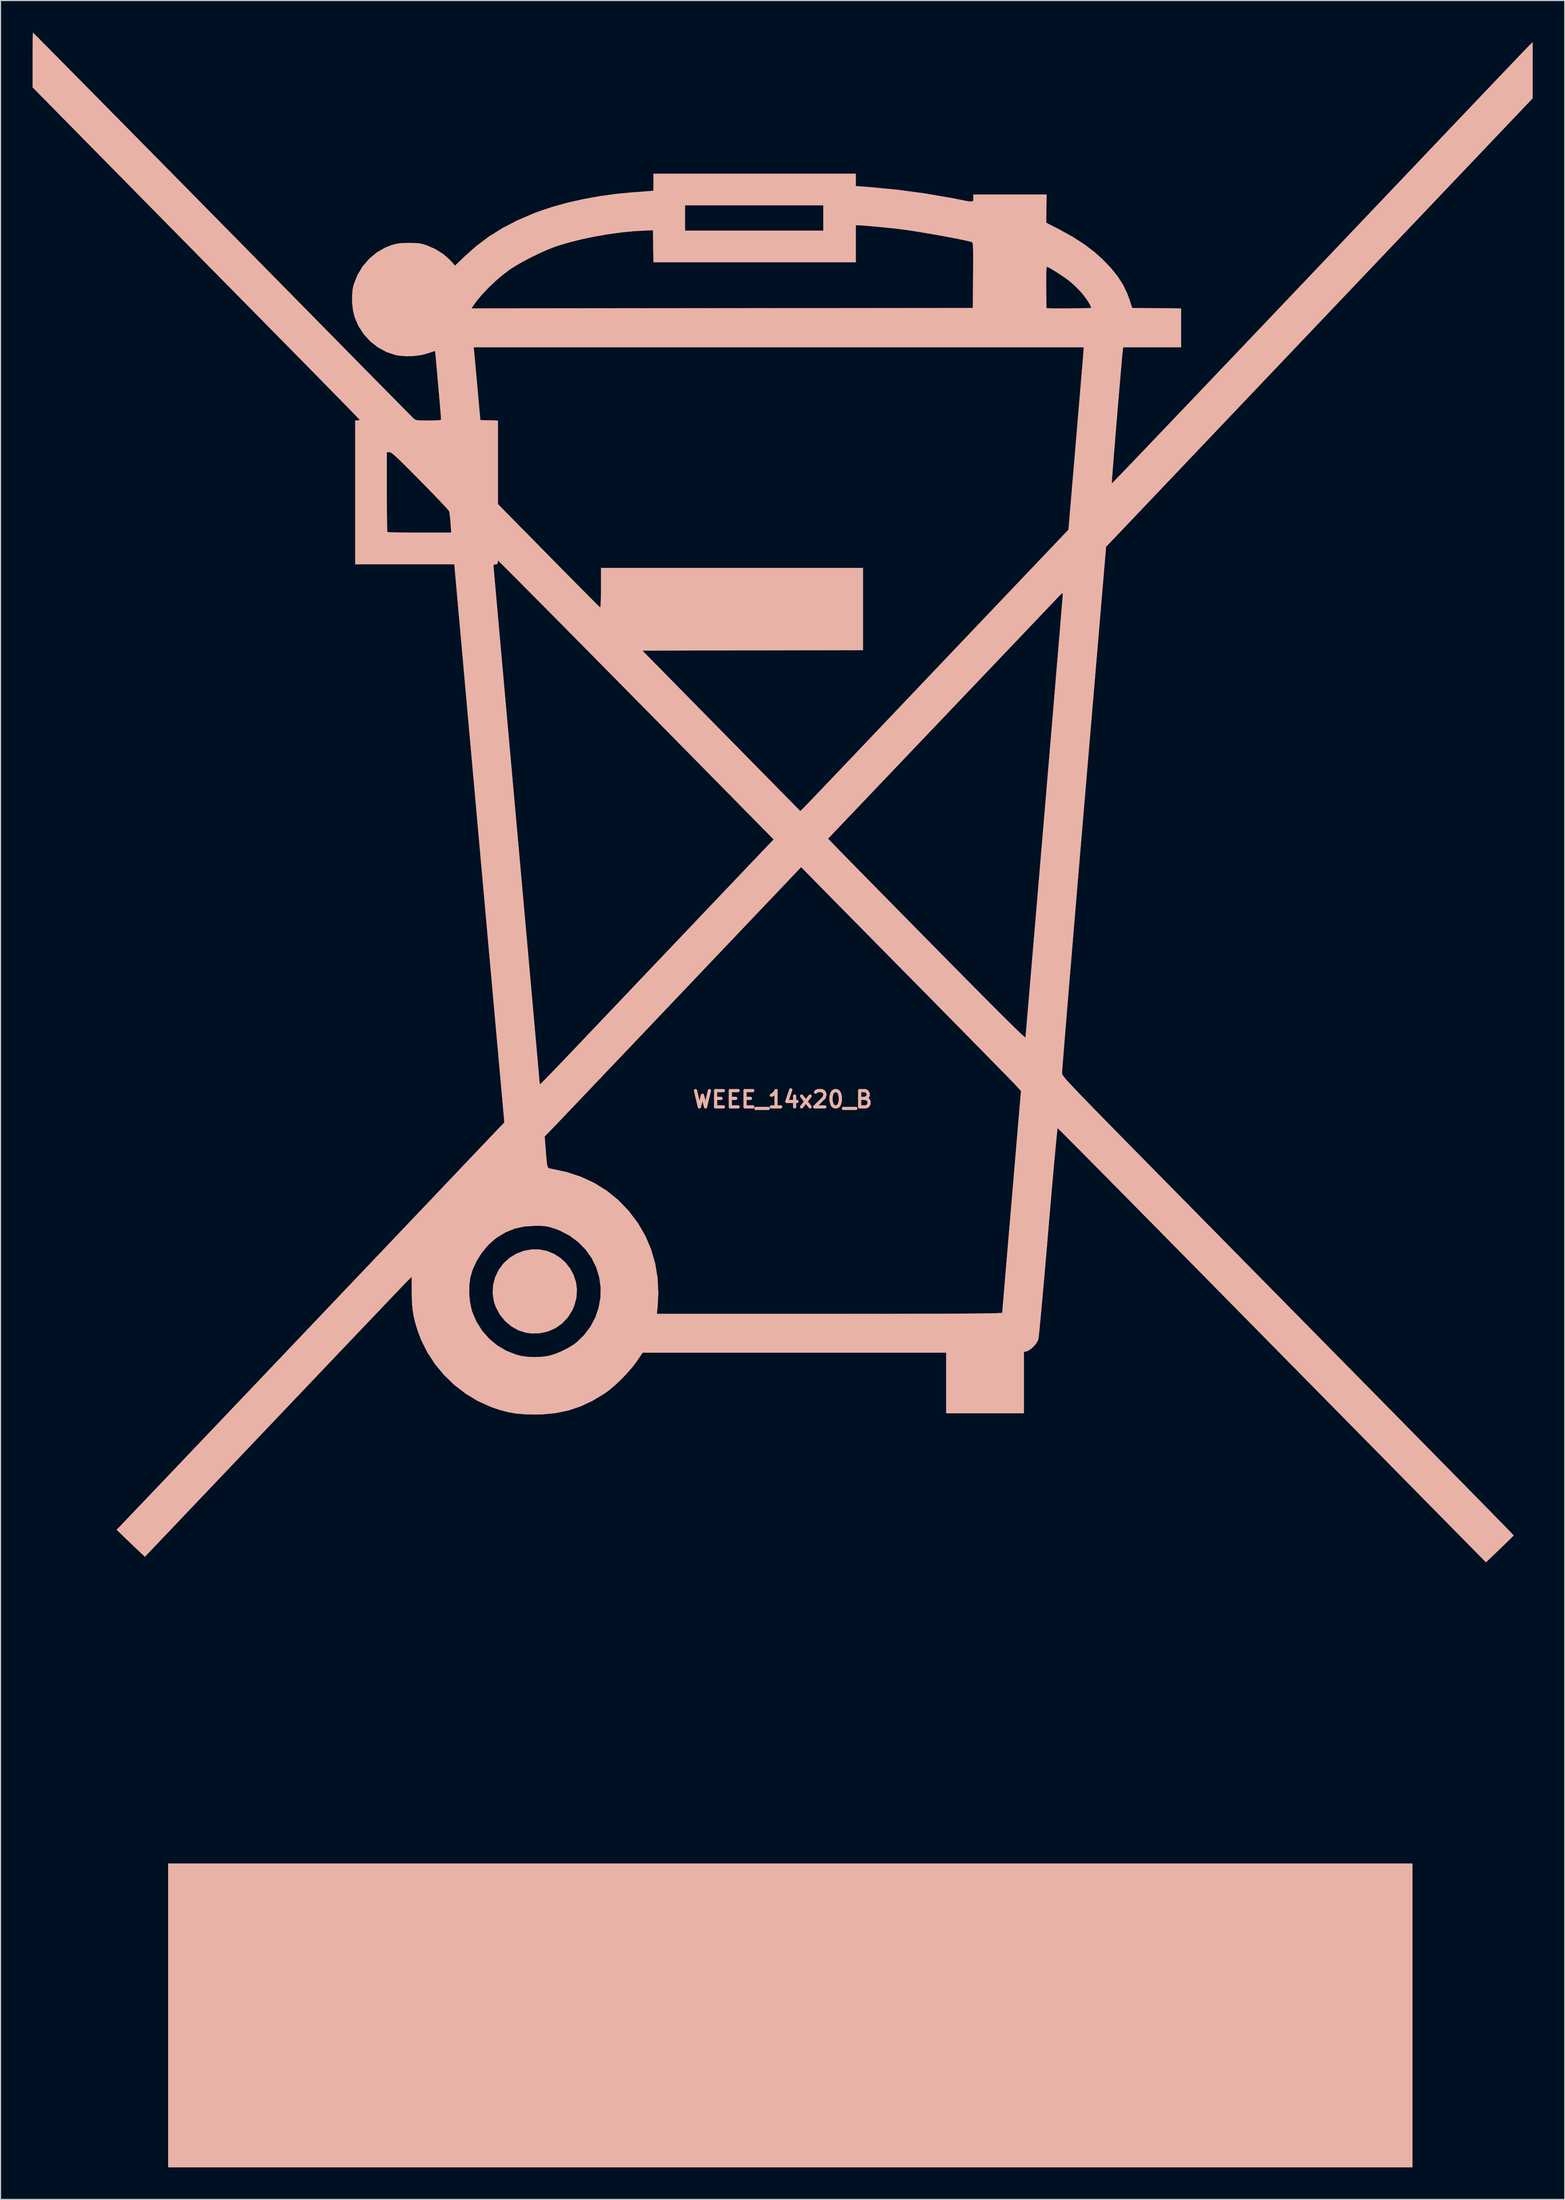
<source format=kicad_pcb>
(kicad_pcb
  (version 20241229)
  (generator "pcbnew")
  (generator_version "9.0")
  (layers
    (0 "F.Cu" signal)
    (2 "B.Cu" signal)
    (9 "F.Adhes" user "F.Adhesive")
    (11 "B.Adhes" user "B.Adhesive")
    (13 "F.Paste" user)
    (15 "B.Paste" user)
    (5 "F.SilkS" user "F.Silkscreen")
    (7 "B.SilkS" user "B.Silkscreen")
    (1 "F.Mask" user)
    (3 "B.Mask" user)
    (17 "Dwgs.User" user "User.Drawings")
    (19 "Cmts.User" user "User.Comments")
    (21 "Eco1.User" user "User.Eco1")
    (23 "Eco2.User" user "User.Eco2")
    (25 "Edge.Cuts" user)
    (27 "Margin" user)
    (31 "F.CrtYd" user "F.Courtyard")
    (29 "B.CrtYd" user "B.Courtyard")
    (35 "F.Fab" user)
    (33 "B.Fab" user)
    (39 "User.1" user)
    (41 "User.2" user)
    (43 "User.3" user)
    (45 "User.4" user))
  (footprint "WEEE_14x20_B"
    (layer "F.Cu")
    (at 70.278 99.912)
    (property "Reference" "WEEE_14x20_B" (at 0 0 0) (layer "B.SilkS") (effects (font (size 1.524 1.524) (thickness 0.3))))
    (attr through_hole)
    (fp_poly (pts (xy 59.013 99.991) (xy -57.573 99.991) (xy -57.573 71.543) (xy 59.013 71.543) (xy 59.013 99.991)) (stroke (width 0.01) (type solid)) (fill yes) (layer "B.SilkS"))
    (fp_poly (pts (xy -22.747 14.045) (xy -22.059 14.191) (xy -21.419 14.455) (xy -20.837 14.824) (xy -20.328 15.286) (xy -19.904 15.827) (xy -19.578 16.435) (xy -19.363 17.098) (xy -19.271 17.801) (xy -19.316 18.533) (xy -19.509 19.28) (xy -19.693 19.712) (xy -20.118 20.396) (xy -20.656 20.966) (xy -21.287 21.41) (xy -21.994 21.721) (xy -22.757 21.888) (xy -23.558 21.903) (xy -24.036 21.837) (xy -24.752 21.613) (xy -25.414 21.243) (xy -26 20.747) (xy -26.49 20.146) (xy -26.863 19.46) (xy -27.052 18.907) (xy -27.168 18.14) (xy -27.125 17.378) (xy -26.935 16.644) (xy -26.608 15.958) (xy -26.153 15.343) (xy -25.581 14.822) (xy -24.961 14.443) (xy -24.21 14.158) (xy -23.468 14.03) (xy -22.747 14.045)) (stroke (width 0.01) (type solid)) (fill yes) (layer "B.SilkS"))
    (fp_poly (pts (xy -70.177 -99.847) (xy -70.001 -99.671) (xy -69.715 -99.384) (xy -69.323 -98.99) (xy -68.831 -98.494) (xy -68.242 -97.899) (xy -67.561 -97.212) (xy -66.794 -96.436) (xy -65.943 -95.575) (xy -65.015 -94.635) (xy -64.012 -93.621) (xy -62.94 -92.535) (xy -61.804 -91.384) (xy -60.607 -90.172) (xy -59.355 -88.903) (xy -58.051 -87.581) (xy -56.701 -86.213) (xy -55.308 -84.801) (xy -53.878 -83.35) (xy -52.415 -81.866) (xy -50.922 -80.353) (xy -49.406 -78.814) (xy -47.87 -77.256) (xy -46.319 -75.682) (xy -44.757 -74.097) (xy -43.19 -72.505) (xy -41.62 -70.912) (xy -41.202 -70.487) (xy -40.335 -69.607) (xy -39.498 -68.758) (xy -38.7 -67.948) (xy -37.948 -67.186) (xy -37.251 -66.48) (xy -36.617 -65.838) (xy -36.054 -65.267) (xy -35.569 -64.777) (xy -35.17 -64.374) (xy -34.866 -64.068) (xy -34.665 -63.866) (xy -34.574 -63.776) (xy -34.572 -63.775) (xy -34.479 -63.699) (xy -34.373 -63.647) (xy -34.222 -63.613) (xy -33.995 -63.594) (xy -33.662 -63.586) (xy -33.19 -63.585) (xy -33.185 -63.585) (xy -32.685 -63.589) (xy -32.337 -63.602) (xy -32.12 -63.626) (xy -32.016 -63.663) (xy -32.001 -63.691) (xy -32.007 -63.802) (xy -32.026 -64.055) (xy -32.056 -64.429) (xy -32.096 -64.901) (xy -32.142 -65.448) (xy -32.194 -66.047) (xy -32.249 -66.676) (xy -32.305 -67.313) (xy -32.36 -67.935) (xy -32.413 -68.519) (xy -32.46 -69.043) (xy -32.501 -69.485) (xy -32.533 -69.821) (xy -32.555 -70.03) (xy -32.563 -70.089) (xy -32.645 -70.075) (xy -32.846 -70.013) (xy -33.126 -69.916) (xy -33.203 -69.887) (xy -33.799 -69.724) (xy -34.488 -69.628) (xy -35.206 -69.601) (xy -35.889 -69.648) (xy -36.269 -69.716) (xy -37.125 -70.002) (xy -37.92 -70.434) (xy -37.931 -70.443) (xy -28.944 -70.443) (xy -28.899 -69.998) (xy -28.881 -69.809) (xy -28.85 -69.475) (xy -28.808 -69.018) (xy -28.757 -68.462) (xy -28.7 -67.829) (xy -28.638 -67.142) (xy -28.588 -66.59) (xy -28.321 -63.627) (xy -27.495 -63.603) (xy -26.67 -63.579) (xy -26.669 -59.666) (xy -26.668 -55.753) (xy -21.914 -50.927) (xy -21.172 -50.175) (xy -20.464 -49.457) (xy -19.799 -48.785) (xy -19.185 -48.165) (xy -18.633 -47.609) (xy -18.15 -47.124) (xy -17.747 -46.719) (xy -17.432 -46.405) (xy -17.213 -46.19) (xy -17.102 -46.083) (xy -17.089 -46.073) (xy -17.068 -46.145) (xy -17.05 -46.363) (xy -17.035 -46.703) (xy -17.024 -47.141) (xy -17.019 -47.654) (xy -17.018 -47.914) (xy -17.018 -49.784) (xy 7.535 -49.784) (xy 7.535 -42.08) (xy -2.8 -42.059) (xy -13.135 -42.037) (xy -5.742 -34.526) (xy -4.815 -33.585) (xy -3.922 -32.677) (xy -3.069 -31.811) (xy -2.264 -30.993) (xy -1.513 -30.231) (xy -0.825 -29.532) (xy -0.205 -28.903) (xy 0.338 -28.352) (xy 0.798 -27.886) (xy 1.167 -27.511) (xy 1.439 -27.236) (xy 1.606 -27.067) (xy 1.661 -27.012) (xy 1.72 -27.068) (xy 1.875 -27.223) (xy 2.102 -27.454) (xy 2.38 -27.74) (xy 2.431 -27.792) (xy 2.59 -27.957) (xy 2.857 -28.235) (xy 3.224 -28.619) (xy 3.682 -29.099) (xy 4.223 -29.667) (xy 4.839 -30.313) (xy 5.521 -31.028) (xy 6.261 -31.805) (xy 7.051 -32.634) (xy 7.881 -33.506) (xy 8.744 -34.413) (xy 9.631 -35.345) (xy 9.914 -35.643) (xy 10.923 -36.704) (xy 11.991 -37.825) (xy 13.099 -38.99) (xy 14.231 -40.18) (xy 15.371 -41.377) (xy 16.501 -42.565) (xy 17.605 -43.725) (xy 18.666 -44.839) (xy 19.667 -45.891) (xy 20.592 -46.862) (xy 21.423 -47.734) (xy 21.709 -48.035) (xy 26.782 -53.36) (xy 27.443 -61.161) (xy 27.54 -62.312) (xy 27.634 -63.428) (xy 27.725 -64.495) (xy 27.809 -65.501) (xy 27.888 -66.432) (xy 27.959 -67.274) (xy 28.021 -68.015) (xy 28.073 -68.64) (xy 28.115 -69.138) (xy 28.144 -69.494) (xy 28.16 -69.696) (xy 28.161 -69.702) (xy 28.218 -70.443) (xy -28.944 -70.443) (xy -37.931 -70.443) (xy -38.633 -70.994) (xy -39.248 -71.667) (xy -39.745 -72.433) (xy -40.103 -73.272) (xy -40.25 -73.88) (xy -40.273 -74.083) (xy -29.145 -74.083) (xy -5.661 -74.104) (xy 17.822 -74.126) (xy 17.842 -76.896) (xy 24.697 -76.896) (xy 24.699 -76.251) (xy 24.7 -76.052) (xy 24.706 -75.5) (xy 24.712 -75.007) (xy 24.716 -74.599) (xy 24.719 -74.299) (xy 24.721 -74.132) (xy 24.722 -74.105) (xy 24.802 -74.095) (xy 25.024 -74.088) (xy 25.36 -74.083) (xy 25.781 -74.081) (xy 26.26 -74.082) (xy 26.769 -74.084) (xy 27.28 -74.088) (xy 27.765 -74.094) (xy 28.197 -74.101) (xy 28.546 -74.11) (xy 28.787 -74.12) (xy 28.89 -74.131) (xy 28.892 -74.132) (xy 28.887 -74.238) (xy 28.791 -74.444) (xy 28.625 -74.72) (xy 28.408 -75.036) (xy 28.159 -75.363) (xy 27.896 -75.672) (xy 27.865 -75.706) (xy 27.551 -76.027) (xy 27.204 -76.355) (xy 26.887 -76.628) (xy 26.822 -76.679) (xy 26.532 -76.892) (xy 26.191 -77.129) (xy 25.828 -77.369) (xy 25.475 -77.594) (xy 25.163 -77.783) (xy 24.922 -77.917) (xy 24.784 -77.977) (xy 24.773 -77.978) (xy 24.741 -77.915) (xy 24.717 -77.719) (xy 24.703 -77.382) (xy 24.697 -76.896) (xy 17.842 -76.896) (xy 17.845 -77.189) (xy 17.85 -77.992) (xy 17.853 -78.641) (xy 17.852 -79.155) (xy 17.848 -79.548) (xy 17.84 -79.837) (xy 17.826 -80.039) (xy 17.806 -80.17) (xy 17.78 -80.247) (xy 17.746 -80.285) (xy 17.718 -80.298) (xy 17.436 -80.373) (xy 17.012 -80.468) (xy 16.473 -80.58) (xy 15.844 -80.703) (xy 15.151 -80.833) (xy 14.419 -80.965) (xy 13.675 -81.095) (xy 12.944 -81.217) (xy 12.252 -81.328) (xy 11.626 -81.421) (xy 11.134 -81.489) (xy 10.748 -81.535) (xy 10.272 -81.587) (xy 9.736 -81.642) (xy 9.173 -81.698) (xy 8.615 -81.75) (xy 8.094 -81.797) (xy 7.641 -81.835) (xy 7.288 -81.861) (xy 7.067 -81.872) (xy 7.048 -81.872) (xy 6.858 -81.873) (xy 6.858 -78.401) (xy -12.103 -78.401) (xy -12.127 -79.897) (xy -12.15 -81.392) (xy -12.827 -81.374) (xy -13.938 -81.314) (xy -15.137 -81.194) (xy -16.382 -81.022) (xy -17.635 -80.804) (xy -18.855 -80.548) (xy -20.005 -80.261) (xy -21.043 -79.95) (xy -21.469 -79.802) (xy -22.093 -79.553) (xy -22.789 -79.242) (xy -23.512 -78.891) (xy -24.222 -78.52) (xy -24.876 -78.152) (xy -25.433 -77.807) (xy -25.649 -77.659) (xy -26.287 -77.17) (xy -26.936 -76.609) (xy -27.564 -76.011) (xy -28.14 -75.404) (xy -28.632 -74.823) (xy -28.996 -74.316) (xy -29.145 -74.083) (xy -40.273 -74.083) (xy -40.329 -74.561) (xy -40.339 -75.255) (xy -40.279 -75.902) (xy -40.185 -76.327) (xy -39.837 -77.207) (xy -39.355 -78.008) (xy -38.754 -78.712) (xy -38.05 -79.302) (xy -37.259 -79.763) (xy -36.703 -79.985) (xy -36.37 -80.087) (xy -36.073 -80.153) (xy -35.757 -80.191) (xy -35.366 -80.208) (xy -35.01 -80.212) (xy -34.543 -80.208) (xy -34.192 -80.189) (xy -33.903 -80.149) (xy -33.624 -80.079) (xy -33.326 -79.982) (xy -32.549 -79.642) (xy -31.832 -79.194) (xy -31.222 -78.669) (xy -31.115 -78.554) (xy -30.692 -78.085) (xy -29.845 -78.902) (xy -28.719 -79.906) (xy -27.525 -80.803) (xy -26.24 -81.606) (xy -24.842 -82.33) (xy -23.31 -82.987) (xy -22.926 -83.134) (xy -21.622 -83.574) (xy -21.041 -83.735) (xy -9.144 -83.735) (xy -9.144 -81.365) (xy 3.81 -81.365) (xy 3.81 -83.735) (xy -9.144 -83.735) (xy -21.041 -83.735) (xy -20.192 -83.971) (xy -18.673 -84.315) (xy -17.104 -84.599) (xy -15.523 -84.816) (xy -13.969 -84.957) (xy -13.928 -84.96) (xy -13.502 -84.989) (xy -13.065 -85.022) (xy -12.697 -85.051) (xy -12.636 -85.057) (xy -12.107 -85.103) (xy -12.107 -85.901) (xy -12.107 -86.699) (xy 6.858 -86.699) (xy 6.858 -85.54) (xy 8.234 -85.435) (xy 10.779 -85.192) (xy 13.349 -84.847) (xy 15.865 -84.412) (xy 16.333 -84.32) (xy 16.872 -84.211) (xy 17.267 -84.136) (xy 17.54 -84.096) (xy 17.715 -84.092) (xy 17.812 -84.125) (xy 17.855 -84.197) (xy 17.865 -84.309) (xy 17.865 -84.413) (xy 17.865 -84.751) (xy 21.297 -84.751) (xy 24.73 -84.751) (xy 24.718 -83.428) (xy 24.706 -82.105) (xy 25.968 -81.454) (xy 27.195 -80.776) (xy 28.276 -80.079) (xy 29.236 -79.347) (xy 29.95 -78.708) (xy 30.731 -77.901) (xy 31.368 -77.116) (xy 31.878 -76.327) (xy 32.278 -75.509) (xy 32.516 -74.861) (xy 32.752 -74.126) (xy 35.045 -74.103) (xy 37.338 -74.081) (xy 37.338 -70.443) (xy 31.923 -70.443) (xy 31.883 -70.252) (xy 31.868 -70.13) (xy 31.84 -69.858) (xy 31.803 -69.453) (xy 31.756 -68.932) (xy 31.701 -68.309) (xy 31.64 -67.601) (xy 31.574 -66.825) (xy 31.503 -65.996) (xy 31.431 -65.129) (xy 31.357 -64.242) (xy 31.283 -63.35) (xy 31.21 -62.47) (xy 31.141 -61.616) (xy 31.075 -60.806) (xy 31.015 -60.055) (xy 30.961 -59.38) (xy 30.916 -58.796) (xy 30.88 -58.319) (xy 30.855 -57.966) (xy 30.842 -57.752) (xy 30.841 -57.692) (xy 30.886 -57.732) (xy 31.012 -57.859) (xy 31.223 -58.074) (xy 31.52 -58.38) (xy 31.903 -58.778) (xy 32.374 -59.268) (xy 32.935 -59.853) (xy 33.587 -60.534) (xy 34.332 -61.313) (xy 35.17 -62.19) (xy 36.103 -63.167) (xy 37.133 -64.247) (xy 38.261 -65.429) (xy 39.488 -66.716) (xy 40.815 -68.109) (xy 42.245 -69.61) (xy 43.778 -71.22) (xy 45.416 -72.94) (xy 47.161 -74.772) (xy 49.012 -76.717) (xy 50.973 -78.777) (xy 53.044 -80.954) (xy 55.227 -83.248) (xy 57.523 -85.661) (xy 59.934 -88.195) (xy 61.209 -89.535) (xy 62.166 -90.542) (xy 63.099 -91.522) (xy 64.001 -92.469) (xy 64.863 -93.374) (xy 65.678 -94.23) (xy 66.439 -95.028) (xy 67.138 -95.761) (xy 67.768 -96.421) (xy 68.321 -97) (xy 68.79 -97.49) (xy 69.167 -97.884) (xy 69.445 -98.173) (xy 69.616 -98.35) (xy 69.647 -98.382) (xy 70.273 -99.016) (xy 70.273 -93.752) (xy 59.076 -81.989) (xy 57.784 -80.632) (xy 56.431 -79.211) (xy 55.031 -77.739) (xy 53.596 -76.231) (xy 52.139 -74.701) (xy 50.673 -73.16) (xy 49.212 -71.625) (xy 47.767 -70.107) (xy 46.353 -68.62) (xy 44.982 -67.179) (xy 43.666 -65.796) (xy 42.42 -64.486) (xy 41.255 -63.262) (xy 40.185 -62.137) (xy 39.506 -61.423) (xy 38.519 -60.386) (xy 37.559 -59.377) (xy 36.634 -58.405) (xy 35.751 -57.476) (xy 34.915 -56.598) (xy 34.135 -55.778) (xy 33.417 -55.024) (xy 32.768 -54.342) (xy 32.195 -53.74) (xy 31.705 -53.226) (xy 31.305 -52.806) (xy 31.002 -52.488) (xy 30.803 -52.279) (xy 30.72 -52.193) (xy 30.309 -51.767) (xy 28.233 -27.259) (xy 28.062 -25.233) (xy 27.894 -23.249) (xy 27.731 -21.315) (xy 27.573 -19.435) (xy 27.421 -17.619) (xy 27.275 -15.871) (xy 27.135 -14.199) (xy 27.003 -12.61) (xy 26.878 -11.111) (xy 26.762 -9.707) (xy 26.654 -8.406) (xy 26.557 -7.215) (xy 26.469 -6.14) (xy 26.392 -5.188) (xy 26.326 -4.367) (xy 26.271 -3.681) (xy 26.229 -3.139) (xy 26.2 -2.747) (xy 26.184 -2.511) (xy 26.181 -2.441) (xy 26.19 -2.396) (xy 26.213 -2.34) (xy 26.255 -2.267) (xy 26.323 -2.171) (xy 26.42 -2.048) (xy 26.552 -1.892) (xy 26.725 -1.697) (xy 26.943 -1.459) (xy 27.212 -1.172) (xy 27.537 -0.829) (xy 27.922 -0.427) (xy 28.374 0.04) (xy 28.897 0.578) (xy 29.497 1.193) (xy 30.178 1.889) (xy 30.946 2.671) (xy 31.806 3.546) (xy 32.763 4.519) (xy 33.823 5.595) (xy 34.99 6.779) (xy 36.27 8.077) (xy 36.576 8.388) (xy 38.996 10.842) (xy 41.299 13.178) (xy 43.489 15.399) (xy 45.566 17.506) (xy 47.535 19.503) (xy 49.397 21.392) (xy 51.155 23.175) (xy 52.811 24.856) (xy 54.368 26.435) (xy 55.829 27.917) (xy 57.194 29.303) (xy 58.468 30.596) (xy 59.653 31.799) (xy 60.75 32.914) (xy 61.763 33.943) (xy 62.694 34.888) (xy 63.546 35.754) (xy 64.32 36.541) (xy 65.02 37.253) (xy 65.647 37.891) (xy 66.205 38.459) (xy 66.695 38.96) (xy 67.121 39.394) (xy 67.484 39.765) (xy 67.788 40.076) (xy 68.033 40.329) (xy 68.224 40.526) (xy 68.363 40.67) (xy 68.451 40.764) (xy 68.492 40.809) (xy 68.495 40.814) (xy 68.437 40.884) (xy 68.273 41.053) (xy 68.022 41.302) (xy 67.702 41.614) (xy 67.331 41.971) (xy 67.197 42.099) (xy 65.899 43.335) (xy 59.124 36.463) (xy 58.382 35.71) (xy 57.531 34.847) (xy 56.58 33.882) (xy 55.539 32.827) (xy 54.418 31.689) (xy 53.226 30.48) (xy 51.973 29.21) (xy 50.669 27.887) (xy 49.324 26.521) (xy 47.946 25.124) (xy 46.546 23.703) (xy 45.133 22.27) (xy 43.717 20.833) (xy 42.307 19.404) (xy 40.914 17.99) (xy 39.546 16.603) (xy 39.093 16.143) (xy 37.846 14.878) (xy 36.63 13.646) (xy 35.451 12.45) (xy 34.313 11.298) (xy 33.223 10.194) (xy 32.185 9.144) (xy 31.206 8.152) (xy 30.29 7.226) (xy 29.442 6.37) (xy 28.669 5.589) (xy 27.975 4.888) (xy 27.365 4.275) (xy 26.846 3.752) (xy 26.423 3.327) (xy 26.1 3.005) (xy 25.884 2.79) (xy 25.779 2.689) (xy 25.77 2.681) (xy 25.754 2.762) (xy 25.725 3.001) (xy 25.684 3.388) (xy 25.632 3.912) (xy 25.57 4.563) (xy 25.499 5.33) (xy 25.419 6.203) (xy 25.333 7.171) (xy 25.239 8.224) (xy 25.141 9.351) (xy 25.038 10.542) (xy 24.932 11.786) (xy 24.88 12.404) (xy 24.772 13.678) (xy 24.666 14.909) (xy 24.564 16.086) (xy 24.466 17.198) (xy 24.374 18.233) (xy 24.288 19.182) (xy 24.21 20.033) (xy 24.141 20.775) (xy 24.081 21.396) (xy 24.031 21.887) (xy 23.993 22.236) (xy 23.968 22.431) (xy 23.961 22.466) (xy 23.822 22.751) (xy 23.59 23.052) (xy 23.312 23.322) (xy 23.032 23.515) (xy 22.871 23.577) (xy 22.606 23.635) (xy 22.606 29.379) (xy 15.325 29.379) (xy 15.325 23.707) (xy -13.114 23.707) (xy -13.645 24.49) (xy -14.056 25.039) (xy -14.565 25.628) (xy -15.133 26.218) (xy -15.721 26.771) (xy -16.289 27.246) (xy -16.679 27.529) (xy -17.808 28.209) (xy -18.926 28.735) (xy -20.064 29.117) (xy -21.251 29.363) (xy -22.518 29.483) (xy -23.241 29.499) (xy -24.16 29.476) (xy -24.968 29.406) (xy -25.719 29.277) (xy -26.468 29.081) (xy -27.268 28.808) (xy -27.335 28.783) (xy -28.545 28.24) (xy -29.688 27.553) (xy -30.747 26.738) (xy -31.711 25.81) (xy -32.563 24.784) (xy -33.291 23.674) (xy -33.88 22.495) (xy -34.234 21.537) (xy -34.433 20.862) (xy -34.575 20.26) (xy -34.671 19.677) (xy -34.726 19.058) (xy -34.75 18.349) (xy -34.752 18.169) (xy -29.366 18.169) (xy -29.295 18.95) (xy -29.147 19.664) (xy -29.089 19.854) (xy -28.689 20.793) (xy -28.154 21.643) (xy -27.501 22.39) (xy -26.741 23.022) (xy -25.891 23.526) (xy -24.963 23.889) (xy -24.511 24.006) (xy -23.938 24.089) (xy -23.28 24.118) (xy -22.612 24.094) (xy -22.007 24.017) (xy -21.903 23.996) (xy -21.36 23.836) (xy -20.758 23.592) (xy -20.159 23.295) (xy -19.622 22.973) (xy -19.304 22.739) (xy -18.583 22.039) (xy -17.996 21.252) (xy -17.546 20.396) (xy -17.236 19.49) (xy -17.07 18.551) (xy -17.05 17.598) (xy -17.18 16.647) (xy -17.464 15.719) (xy -17.876 14.878) (xy -18.457 14.054) (xy -19.165 13.335) (xy -19.98 12.735) (xy -20.884 12.268) (xy -21.317 12.104) (xy -21.697 11.982) (xy -22.007 11.901) (xy -22.303 11.854) (xy -22.645 11.831) (xy -23.091 11.824) (xy -23.156 11.823) (xy -24.163 11.885) (xy -25.083 12.083) (xy -25.939 12.424) (xy -26.757 12.918) (xy -26.971 13.076) (xy -27.61 13.656) (xy -28.186 14.354) (xy -28.673 15.13) (xy -29.045 15.942) (xy -29.263 16.679) (xy -29.357 17.39) (xy -29.366 18.169) (xy -34.752 18.169) (xy -34.753 18.014) (xy -34.756 16.596) (xy -35.359 17.209) (xy -35.477 17.331) (xy -35.706 17.569) (xy -36.039 17.918) (xy -36.472 18.371) (xy -36.998 18.922) (xy -37.612 19.565) (xy -38.307 20.294) (xy -39.078 21.102) (xy -39.919 21.985) (xy -40.824 22.934) (xy -41.787 23.945) (xy -42.803 25.012) (xy -43.865 26.127) (xy -44.967 27.285) (xy -46.105 28.48) (xy -47.271 29.705) (xy -47.855 30.319) (xy -59.748 42.816) (xy -60.163 42.431) (xy -60.379 42.229) (xy -60.68 41.944) (xy -61.031 41.609) (xy -61.396 41.259) (xy -61.489 41.169) (xy -62.399 40.29) (xy -59.877 37.65) (xy -59.531 37.287) (xy -59.075 36.809) (xy -58.517 36.224) (xy -57.863 35.538) (xy -57.121 34.759) (xy -56.298 33.895) (xy -55.401 32.953) (xy -54.436 31.941) (xy -53.412 30.866) (xy -52.336 29.735) (xy -51.213 28.556) (xy -50.052 27.337) (xy -48.86 26.085) (xy -47.643 24.807) (xy -46.409 23.511) (xy -45.165 22.204) (xy -43.918 20.894) (xy -42.675 19.588) (xy -41.443 18.294) (xy -40.23 17.019) (xy -39.042 15.771) (xy -37.886 14.556) (xy -36.771 13.384) (xy -35.702 12.26) (xy -34.686 11.193) (xy -33.732 10.19) (xy -32.846 9.259) (xy -32.035 8.406) (xy -31.307 7.64) (xy -31.167 7.493) (xy -30.466 6.755) (xy -29.788 6.043) (xy -29.146 5.367) (xy -28.548 4.739) (xy -28.007 4.171) (xy -27.532 3.672) (xy -27.33 3.46) (xy -22.294 3.46) (xy -22.192 4.757) (xy -22.147 5.325) (xy -22.11 5.747) (xy -22.075 6.045) (xy -22.034 6.243) (xy -21.983 6.363) (xy -21.913 6.427) (xy -21.818 6.458) (xy -21.695 6.478) (xy -20.24 6.789) (xy -18.882 7.238) (xy -17.622 7.824) (xy -16.462 8.548) (xy -15.401 9.408) (xy -14.44 10.404) (xy -13.581 11.535) (xy -13.528 11.614) (xy -12.848 12.791) (xy -12.318 14.042) (xy -11.939 15.358) (xy -11.714 16.728) (xy -11.646 18.143) (xy -11.711 19.367) (xy -11.78 20.066) (xy 4.397 20.066) (xy 6.41 20.066) (xy 8.26 20.065) (xy 9.952 20.064) (xy 11.494 20.063) (xy 12.89 20.06) (xy 14.147 20.058) (xy 15.271 20.054) (xy 16.267 20.05) (xy 17.143 20.046) (xy 17.903 20.04) (xy 18.555 20.034) (xy 19.104 20.027) (xy 19.555 20.019) (xy 19.916 20.011) (xy 20.192 20.001) (xy 20.389 19.99) (xy 20.513 19.979) (xy 20.571 19.966) (xy 20.577 19.96) (xy 20.584 19.864) (xy 20.605 19.609) (xy 20.638 19.207) (xy 20.684 18.666) (xy 20.74 17.999) (xy 20.806 17.214) (xy 20.881 16.323) (xy 20.964 15.335) (xy 21.055 14.262) (xy 21.152 13.113) (xy 21.255 11.898) (xy 21.363 10.629) (xy 21.457 9.527) (xy 22.334 -0.801) (xy 21.814 -1.369) (xy 21.694 -1.495) (xy 21.463 -1.734) (xy 21.127 -2.079) (xy 20.693 -2.523) (xy 20.168 -3.058) (xy 19.559 -3.678) (xy 18.874 -4.376) (xy 18.12 -5.143) (xy 17.303 -5.973) (xy 16.431 -6.859) (xy 15.51 -7.793) (xy 14.549 -8.769) (xy 13.553 -9.778) (xy 12.53 -10.814) (xy 12.492 -10.853) (xy 11.46 -11.899) (xy 10.448 -12.924) (xy 9.466 -13.92) (xy 8.519 -14.879) (xy 7.616 -15.793) (xy 6.765 -16.656) (xy 5.973 -17.46) (xy 5.247 -18.196) (xy 4.595 -18.857) (xy 4.024 -19.436) (xy 3.543 -19.924) (xy 3.158 -20.315) (xy 2.877 -20.6) (xy 2.713 -20.767) (xy 1.736 -21.764) (xy -1.185 -18.694) (xy -3.044 -16.74) (xy -4.79 -14.905) (xy -6.426 -13.186) (xy -7.956 -11.578) (xy -9.383 -10.078) (xy -10.71 -8.683) (xy -11.941 -7.389) (xy -13.08 -6.192) (xy -14.13 -5.089) (xy -15.095 -4.075) (xy -15.977 -3.148) (xy -16.781 -2.304) (xy -17.509 -1.539) (xy -18.166 -0.849) (xy -18.755 -0.231) (xy -19.279 0.319) (xy -19.741 0.804) (xy -20.146 1.228) (xy -20.496 1.595) (xy -20.795 1.909) (xy -21.047 2.172) (xy -21.255 2.389) (xy -21.422 2.564) (xy -21.552 2.699) (xy -21.649 2.799) (xy -21.7 2.852) (xy -22.294 3.46) (xy -27.33 3.46) (xy -27.135 3.255) (xy -26.825 2.93) (xy -26.613 2.709) (xy -26.528 2.62) (xy -26.073 2.15) (xy -28.364 -23.372) (xy -28.55 -25.443) (xy -28.732 -27.474) (xy -28.91 -29.458) (xy -29.083 -31.388) (xy -29.251 -33.258) (xy -29.413 -35.06) (xy -29.568 -36.789) (xy -29.715 -38.437) (xy -29.855 -39.998) (xy -29.987 -41.465) (xy -30.109 -42.832) (xy -30.222 -44.091) (xy -30.325 -45.236) (xy -30.417 -46.261) (xy -30.497 -47.158) (xy -30.565 -47.921) (xy -30.621 -48.543) (xy -30.663 -49.018) (xy -30.692 -49.339) (xy -30.706 -49.499) (xy -30.707 -49.509) (xy -30.749 -50.009) (xy -27.093 -50.009) (xy -27.086 -49.916) (xy -27.064 -49.661) (xy -27.028 -49.251) (xy -26.979 -48.693) (xy -26.916 -47.993) (xy -26.842 -47.157) (xy -26.756 -46.194) (xy -26.66 -45.109) (xy -26.553 -43.909) (xy -26.436 -42.601) (xy -26.31 -41.192) (xy -26.175 -39.688) (xy -26.033 -38.096) (xy -25.883 -36.423) (xy -25.727 -34.675) (xy -25.564 -32.86) (xy -25.396 -30.983) (xy -25.223 -29.052) (xy -25.045 -27.074) (xy -24.934 -25.84) (xy -24.754 -23.835) (xy -24.579 -21.873) (xy -24.407 -19.961) (xy -24.241 -18.105) (xy -24.081 -16.313) (xy -23.927 -14.591) (xy -23.779 -12.945) (xy -23.64 -11.383) (xy -23.509 -9.911) (xy -23.386 -8.537) (xy -23.273 -7.266) (xy -23.17 -6.105) (xy -23.077 -5.062) (xy -22.996 -4.143) (xy -22.926 -3.355) (xy -22.869 -2.704) (xy -22.825 -2.198) (xy -22.795 -1.843) (xy -22.778 -1.645) (xy -22.775 -1.605) (xy -22.744 -1.474) (xy -22.695 -1.453) (xy -22.624 -1.518) (xy -22.446 -1.695) (xy -22.172 -1.975) (xy -21.812 -2.346) (xy -21.375 -2.798) (xy -20.871 -3.322) (xy -20.311 -3.906) (xy -19.705 -4.54) (xy -19.062 -5.215) (xy -18.863 -5.423) (xy -18.275 -6.041) (xy -17.584 -6.767) (xy -16.805 -7.587) (xy -15.95 -8.485) (xy -15.034 -9.448) (xy -14.072 -10.46) (xy -13.076 -11.506) (xy -12.061 -12.574) (xy -11.04 -13.646) (xy -10.028 -14.71) (xy -9.039 -15.75) (xy -8.433 -16.387) (xy -7.55 -17.316) (xy -6.693 -18.216) (xy -5.871 -19.08) (xy -5.09 -19.9) (xy -4.36 -20.667) (xy -3.688 -21.373) (xy -3.082 -22.01) (xy -2.55 -22.568) (xy -2.1 -23.04) (xy -1.741 -23.417) (xy -1.479 -23.691) (xy -1.323 -23.854) (xy -1.296 -23.882) (xy -0.84 -24.354) (xy -0.911 -24.426) (xy 4.258 -24.426) (xy 5.325 -23.326) (xy 5.514 -23.132) (xy 5.815 -22.825) (xy 6.218 -22.415) (xy 6.716 -21.908) (xy 7.301 -21.313) (xy 7.964 -20.638) (xy 8.699 -19.892) (xy 9.496 -19.082) (xy 10.348 -18.218) (xy 11.246 -17.305) (xy 12.183 -16.354) (xy 13.151 -15.372) (xy 14.142 -14.368) (xy 14.563 -13.941) (xy 15.834 -12.652) (xy 16.991 -11.483) (xy 18.034 -10.43) (xy 18.966 -9.492) (xy 19.79 -8.666) (xy 20.507 -7.949) (xy 21.121 -7.341) (xy 21.633 -6.837) (xy 22.046 -6.436) (xy 22.362 -6.136) (xy 22.584 -5.934) (xy 22.714 -5.828) (xy 22.754 -5.812) (xy 22.763 -5.91) (xy 22.786 -6.169) (xy 22.822 -6.582) (xy 22.87 -7.141) (xy 22.929 -7.841) (xy 23 -8.672) (xy 23.082 -9.628) (xy 23.173 -10.702) (xy 23.273 -11.886) (xy 23.383 -13.173) (xy 23.5 -14.555) (xy 23.625 -16.026) (xy 23.756 -17.578) (xy 23.894 -19.203) (xy 24.037 -20.895) (xy 24.185 -22.646) (xy 24.338 -24.448) (xy 24.494 -26.295) (xy 24.511 -26.504) (xy 24.668 -28.356) (xy 24.82 -30.166) (xy 24.969 -31.925) (xy 25.112 -33.626) (xy 25.25 -35.262) (xy 25.381 -36.826) (xy 25.505 -38.31) (xy 25.622 -39.707) (xy 25.731 -41.01) (xy 25.832 -42.21) (xy 25.923 -43.302) (xy 26.004 -44.277) (xy 26.074 -45.128) (xy 26.133 -45.848) (xy 26.181 -46.429) (xy 26.216 -46.865) (xy 26.238 -47.147) (xy 26.247 -47.268) (xy 26.247 -47.271) (xy 26.24 -47.375) (xy 26.203 -47.406) (xy 26.116 -47.349) (xy 25.954 -47.192) (xy 25.745 -46.972) (xy 25.634 -46.855) (xy 25.413 -46.622) (xy 25.087 -46.28) (xy 24.663 -45.834) (xy 24.147 -45.292) (xy 23.545 -44.66) (xy 22.863 -43.945) (xy 22.108 -43.153) (xy 21.287 -42.29) (xy 20.404 -41.364) (xy 19.466 -40.38) (xy 18.48 -39.346) (xy 17.452 -38.267) (xy 16.388 -37.15) (xy 15.293 -36.002) (xy 14.75 -35.433) (xy 4.258 -24.426) (xy -0.911 -24.426) (xy -4.796 -28.369) (xy -6.798 -30.4) (xy -8.714 -32.344) (xy -10.543 -34.2) (xy -12.284 -35.965) (xy -13.935 -37.637) (xy -15.493 -39.216) (xy -16.958 -40.7) (xy -18.327 -42.085) (xy -19.599 -43.372) (xy -20.772 -44.557) (xy -21.844 -45.64) (xy -22.814 -46.618) (xy -23.679 -47.49) (xy -24.438 -48.253) (xy -25.089 -48.907) (xy -25.631 -49.449) (xy -26.061 -49.878) (xy -26.379 -50.191) (xy -26.581 -50.388) (xy -26.667 -50.466) (xy -26.67 -50.467) (xy -26.693 -50.369) (xy -26.686 -50.279) (xy -26.708 -50.16) (xy -26.855 -50.123) (xy -26.876 -50.123) (xy -27.043 -50.084) (xy -27.093 -50.009) (xy -30.749 -50.009) (xy -30.759 -50.123) (xy -40.047 -50.123) (xy -40.047 -60.621) (xy -37.084 -60.621) (xy -37.084 -56.91) (xy -37.083 -56.133) (xy -37.079 -55.409) (xy -37.074 -54.755) (xy -37.066 -54.188) (xy -37.057 -53.727) (xy -37.047 -53.388) (xy -37.036 -53.189) (xy -37.028 -53.142) (xy -36.933 -53.129) (xy -36.688 -53.117) (xy -36.313 -53.107) (xy -35.828 -53.098) (xy -35.253 -53.091) (xy -34.606 -53.087) (xy -34.012 -53.086) (xy -31.052 -53.086) (xy -31.114 -53.994) (xy -31.147 -54.388) (xy -31.185 -54.735) (xy -31.223 -54.99) (xy -31.248 -55.091) (xy -31.321 -55.189) (xy -31.501 -55.393) (xy -31.776 -55.691) (xy -32.132 -56.07) (xy -32.559 -56.516) (xy -33.043 -57.016) (xy -33.571 -57.556) (xy -33.959 -57.95) (xy -34.603 -58.6) (xy -35.139 -59.138) (xy -35.58 -59.575) (xy -35.934 -59.92) (xy -36.214 -60.183) (xy -36.43 -60.375) (xy -36.592 -60.504) (xy -36.712 -60.581) (xy -36.8 -60.616) (xy -36.841 -60.621) (xy -37.084 -60.621) (xy -40.047 -60.621) (xy -40.047 -63.585) (xy -39.829 -63.585) (xy -39.677 -63.61) (xy -39.638 -63.663) (xy -39.7 -63.732) (xy -39.874 -63.914) (xy -40.153 -64.202) (xy -40.529 -64.589) (xy -40.997 -65.068) (xy -41.548 -65.631) (xy -42.177 -66.272) (xy -42.875 -66.983) (xy -43.636 -67.757) (xy -44.452 -68.587) (xy -45.317 -69.466) (xy -46.224 -70.387) (xy -47.166 -71.342) (xy -47.379 -71.558) (xy -48.522 -72.716) (xy -49.761 -73.972) (xy -51.075 -75.305) (xy -52.446 -76.694) (xy -53.852 -78.12) (xy -55.273 -79.562) (xy -56.69 -80.999) (xy -58.082 -82.411) (xy -59.43 -83.778) (xy -60.713 -85.08) (xy -61.911 -86.296) (xy -62.683 -87.079) (xy -70.273 -94.783) (xy -70.273 -97.345) (xy -70.272 -97.984) (xy -70.269 -98.565) (xy -70.264 -99.067) (xy -70.258 -99.47) (xy -70.251 -99.752) (xy -70.243 -99.894) (xy -70.239 -99.907) (xy -70.177 -99.847)) (stroke (width 0.01) (type solid)) (fill yes) (layer "B.SilkS")))
  (gr_rect
    (start -3 -3)
    (end 143.557 202.908)
    (stroke (width 0.1) (type default))
    (fill no)
    (layer "Edge.Cuts")))
</source>
